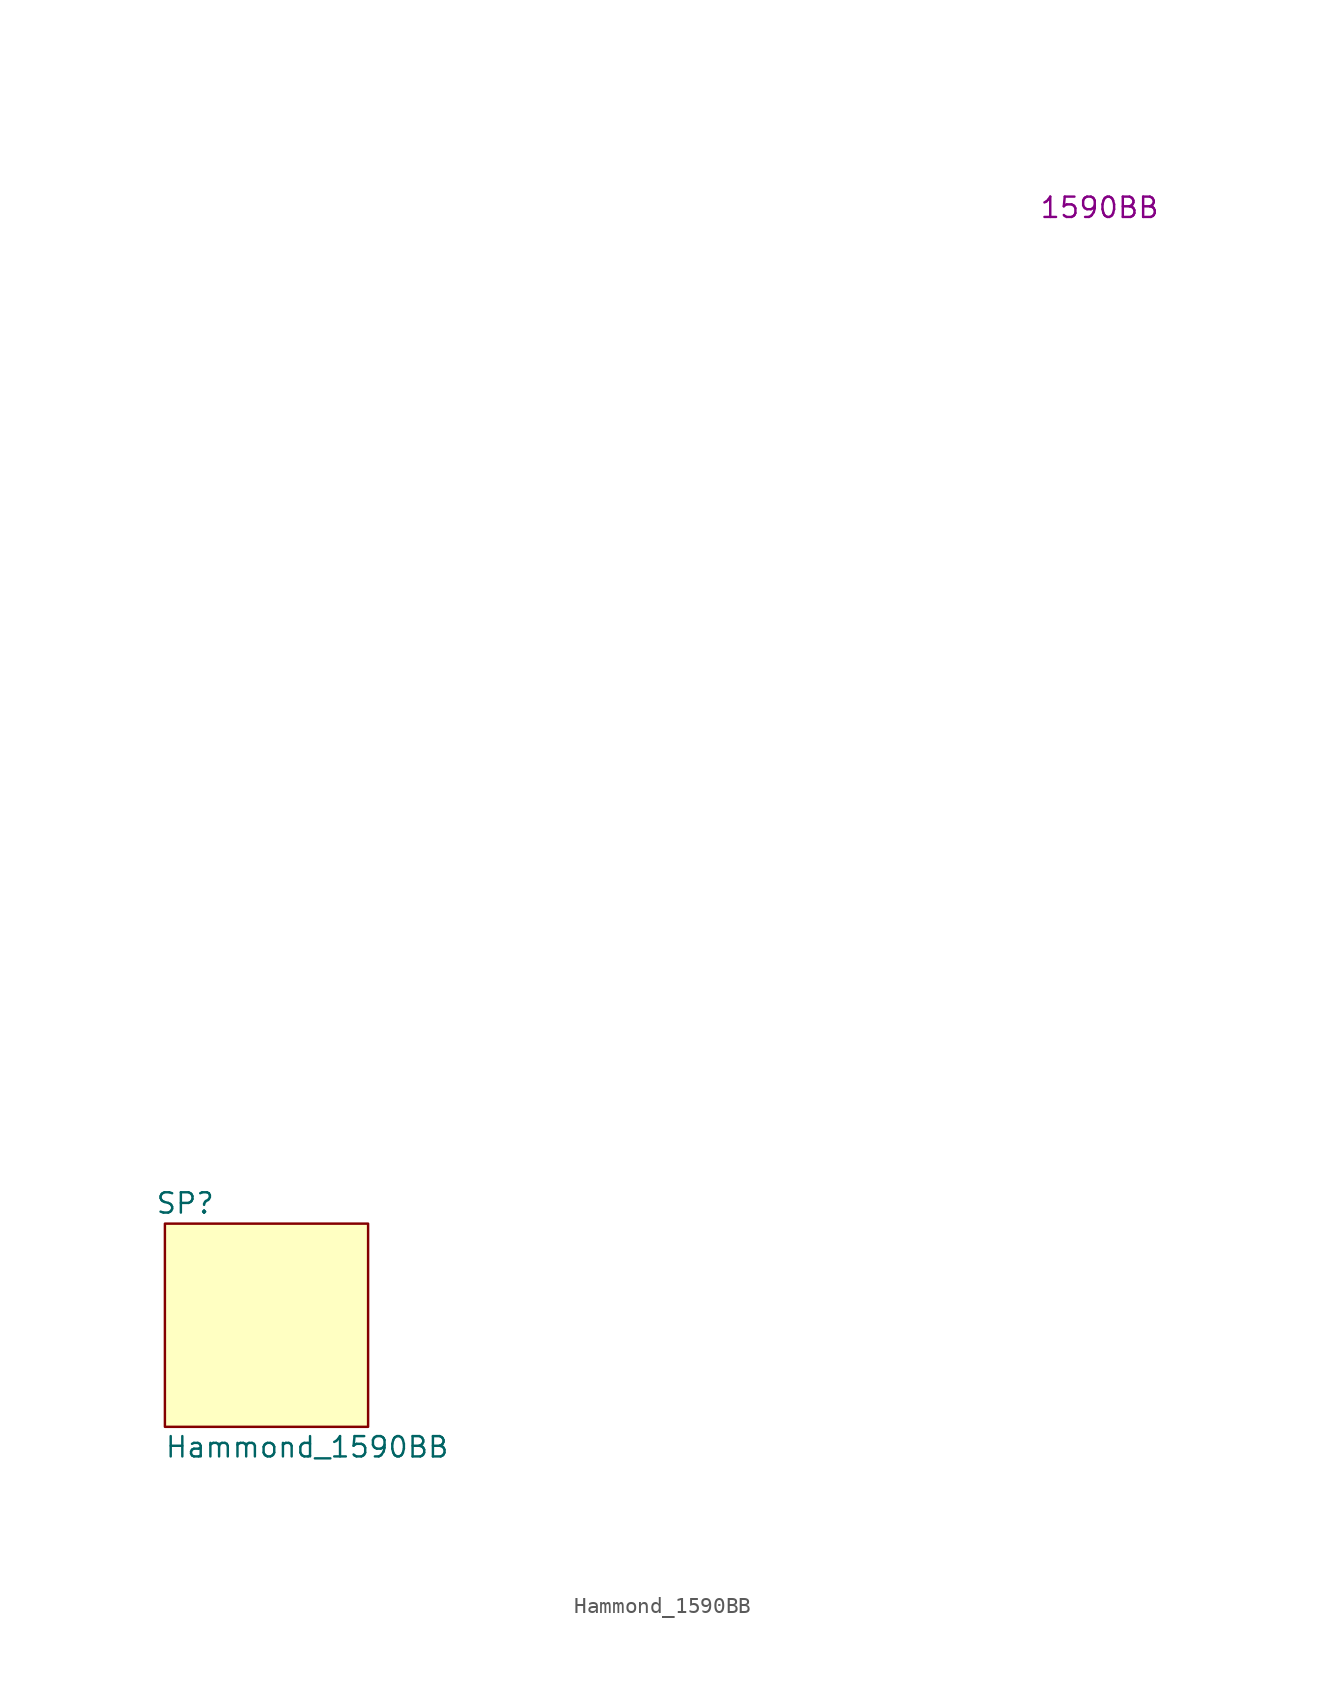
<source format=kicad_sym>
(kicad_symbol_lib
  (version 20241209)
  (generator "kicad_symbol_editor")
  (generator_version "9.0")
  (symbol "Hammond_1590BB"
    (pin_names
      (offset 1.016))
    (property "Reference" "SP"
      (at 1.27 1.27 0)
      (effects (font (size 1.27 1.27))))
    (property "Value" "Hammond_1590BB"
      (at 8.89 -13.97 0)
      (effects (font (size 1.27 1.27))))
    (property "_Value_" "1590BB"
      (at 58.42 63.5 0)
      (effects (font (size 1.27 1.27))))
    (symbol "Hammond_1590BB_0_1"
      (rectangle (start 0 0) (end 12.7 -12.7) (stroke (width 0) (type solid)) (fill (type background))))))
</source>
